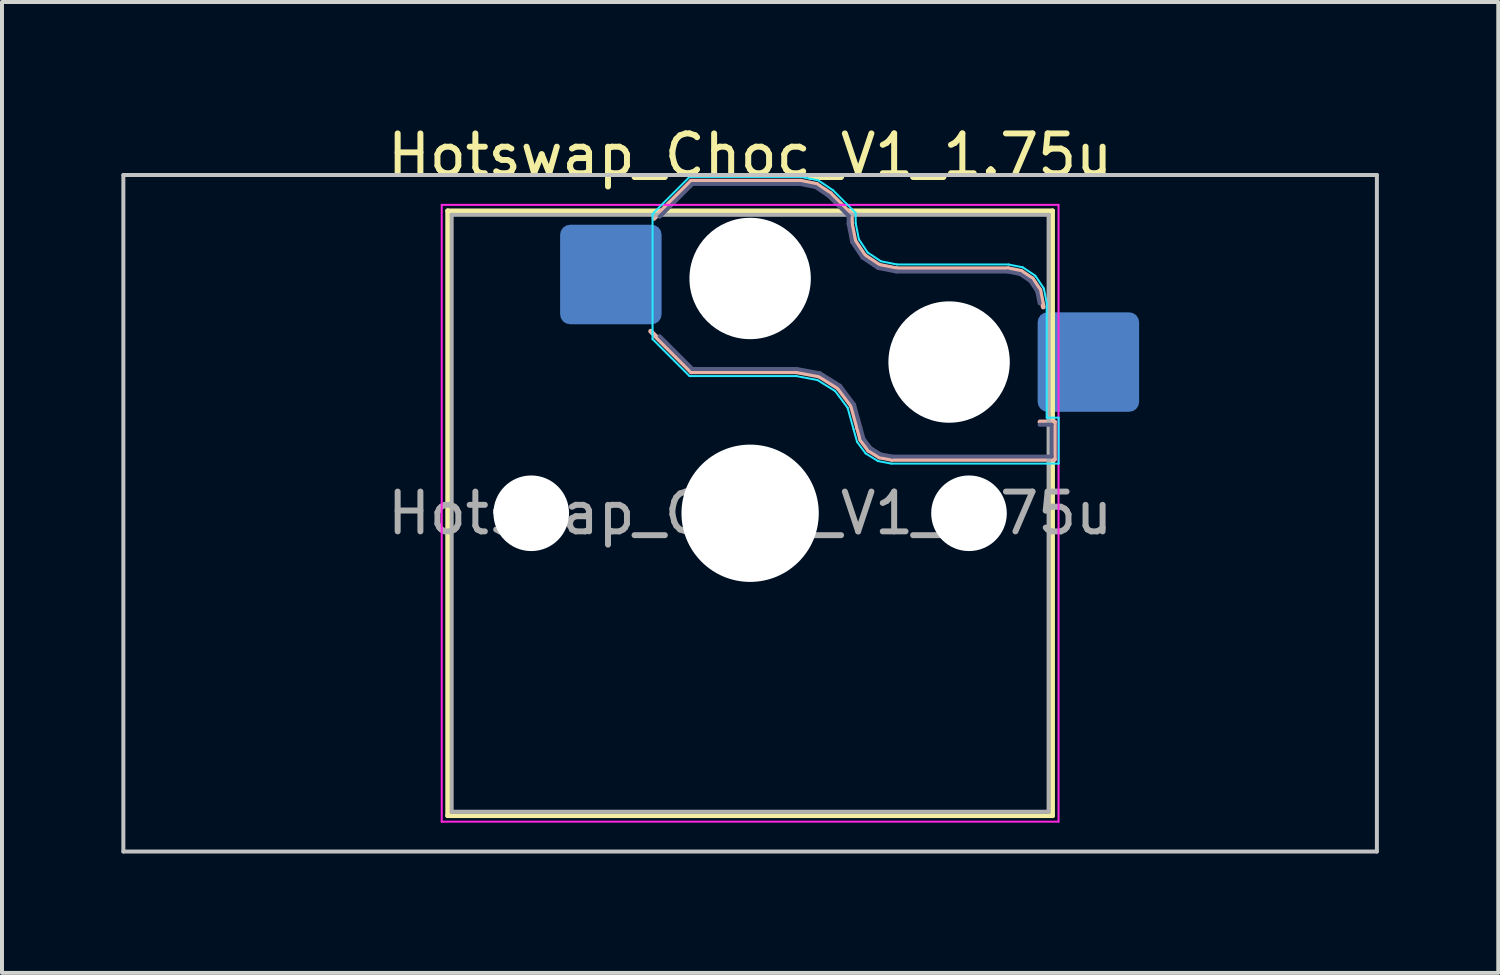
<source format=kicad_pcb>
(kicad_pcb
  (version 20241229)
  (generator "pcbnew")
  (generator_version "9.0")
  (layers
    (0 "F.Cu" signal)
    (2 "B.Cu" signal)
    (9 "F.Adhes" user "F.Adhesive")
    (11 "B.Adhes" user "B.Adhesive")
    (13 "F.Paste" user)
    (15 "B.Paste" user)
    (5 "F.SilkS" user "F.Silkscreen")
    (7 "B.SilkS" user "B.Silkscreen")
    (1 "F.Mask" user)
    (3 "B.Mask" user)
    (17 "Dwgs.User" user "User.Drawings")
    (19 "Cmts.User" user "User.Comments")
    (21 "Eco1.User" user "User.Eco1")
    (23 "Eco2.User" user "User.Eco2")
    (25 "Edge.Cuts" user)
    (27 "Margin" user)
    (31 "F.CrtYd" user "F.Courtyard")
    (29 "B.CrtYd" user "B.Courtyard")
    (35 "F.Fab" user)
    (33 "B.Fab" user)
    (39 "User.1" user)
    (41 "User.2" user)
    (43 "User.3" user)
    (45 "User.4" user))
  (footprint "Hotswap_Choc_V1_1.75u"
    (layer "F.Cu")
    (at 15.8 9.848)
    (property "Reference" "Hotswap_Choc_V1_1.75u" (at 0 -9 0) (layer "F.SilkS") (effects (font (size 1 1) (thickness 0.15))))
    (attr smd)
    (fp_line (start -7.6 -7.6) (end -7.6 7.6) (stroke (width 0.12) (type solid)) (layer "F.SilkS"))
    (fp_line (start -7.6 7.6) (end 7.6 7.6) (stroke (width 0.12) (type solid)) (layer "F.SilkS"))
    (fp_line (start 7.6 -7.6) (end -7.6 -7.6) (stroke (width 0.12) (type solid)) (layer "F.SilkS"))
    (fp_line (start 7.6 7.6) (end 7.6 -7.6) (stroke (width 0.12) (type solid)) (layer "F.SilkS"))
    (fp_line (start -2.416 -7.409) (end -1.479 -8.346) (stroke (width 0.12) (type solid)) (layer "B.SilkS"))
    (fp_line (start -1.479 -8.346) (end 1.268 -8.346) (stroke (width 0.12) (type solid)) (layer "B.SilkS"))
    (fp_line (start -1.479 -3.554) (end -2.5 -4.575) (stroke (width 0.12) (type solid)) (layer "B.SilkS"))
    (fp_line (start 1.168 -3.554) (end -1.479 -3.554) (stroke (width 0.12) (type solid)) (layer "B.SilkS"))
    (fp_line (start 1.268 -8.346) (end 1.671 -8.266) (stroke (width 0.12) (type solid)) (layer "B.SilkS"))
    (fp_line (start 1.671 -8.266) (end 2.013 -8.037) (stroke (width 0.12) (type solid)) (layer "B.SilkS"))
    (fp_line (start 1.73 -3.449) (end 1.168 -3.554) (stroke (width 0.12) (type solid)) (layer "B.SilkS"))
    (fp_line (start 2.013 -8.037) (end 2.546 -7.504) (stroke (width 0.12) (type solid)) (layer "B.SilkS"))
    (fp_line (start 2.209 -3.15) (end 1.73 -3.449) (stroke (width 0.12) (type solid)) (layer "B.SilkS"))
    (fp_line (start 2.546 -7.504) (end 2.546 -7.282) (stroke (width 0.12) (type solid)) (layer "B.SilkS"))
    (fp_line (start 2.546 -7.282) (end 2.633 -6.844) (stroke (width 0.12) (type solid)) (layer "B.SilkS"))
    (fp_line (start 2.547 -2.697) (end 2.209 -3.15) (stroke (width 0.12) (type solid)) (layer "B.SilkS"))
    (fp_line (start 2.633 -6.844) (end 2.877 -6.477) (stroke (width 0.12) (type solid)) (layer "B.SilkS"))
    (fp_line (start 2.701 -2.139) (end 2.547 -2.697) (stroke (width 0.12) (type solid)) (layer "B.SilkS"))
    (fp_line (start 2.783 -1.841) (end 2.701 -2.139) (stroke (width 0.12) (type solid)) (layer "B.SilkS"))
    (fp_line (start 2.877 -6.477) (end 3.244 -6.233) (stroke (width 0.12) (type solid)) (layer "B.SilkS"))
    (fp_line (start 2.976 -1.583) (end 2.783 -1.841) (stroke (width 0.12) (type solid)) (layer "B.SilkS"))
    (fp_line (start 3.244 -6.233) (end 3.682 -6.146) (stroke (width 0.12) (type solid)) (layer "B.SilkS"))
    (fp_line (start 3.25 -1.413) (end 2.976 -1.583) (stroke (width 0.12) (type solid)) (layer "B.SilkS"))
    (fp_line (start 3.56 -1.354) (end 3.25 -1.413) (stroke (width 0.12) (type solid)) (layer "B.SilkS"))
    (fp_line (start 3.682 -6.146) (end 6.482 -6.146) (stroke (width 0.12) (type solid)) (layer "B.SilkS"))
    (fp_line (start 6.482 -6.146) (end 6.809 -6.081) (stroke (width 0.12) (type solid)) (layer "B.SilkS"))
    (fp_line (start 6.809 -6.081) (end 7.092 -5.892) (stroke (width 0.12) (type solid)) (layer "B.SilkS"))
    (fp_line (start 7.092 -5.892) (end 7.281 -5.609) (stroke (width 0.12) (type solid)) (layer "B.SilkS"))
    (fp_line (start 7.281 -5.609) (end 7.366 -5.182) (stroke (width 0.12) (type solid)) (layer "B.SilkS"))
    (fp_line (start 7.283 -2.296) (end 7.646 -2.296) (stroke (width 0.12) (type solid)) (layer "B.SilkS"))
    (fp_line (start 7.646 -2.296) (end 7.646 -1.354) (stroke (width 0.12) (type solid)) (layer "B.SilkS"))
    (fp_line (start 7.646 -1.354) (end 3.56 -1.354) (stroke (width 0.12) (type solid)) (layer "B.SilkS"))
    (fp_line (start -15.75 -8.5) (end -15.75 8.5) (stroke (width 0.1) (type solid)) (layer "Dwgs.User"))
    (fp_line (start -15.75 8.5) (end 15.75 8.5) (stroke (width 0.1) (type solid)) (layer "Dwgs.User"))
    (fp_line (start 15.75 -8.5) (end -15.75 -8.5) (stroke (width 0.1) (type solid)) (layer "Dwgs.User"))
    (fp_line (start 15.75 8.5) (end 15.75 -8.5) (stroke (width 0.1) (type solid)) (layer "Dwgs.User"))
    (fp_line (start -7.25 -7.25) (end -7.25 7.25) (stroke (width 0.1) (type solid)) (layer "Eco1.User"))
    (fp_line (start -7.25 7.25) (end 7.25 7.25) (stroke (width 0.1) (type solid)) (layer "Eco1.User"))
    (fp_line (start 7.25 -7.25) (end -7.25 -7.25) (stroke (width 0.1) (type solid)) (layer "Eco1.User"))
    (fp_line (start 7.25 7.25) (end 7.25 -7.25) (stroke (width 0.1) (type solid)) (layer "Eco1.User"))
    (fp_line (start -2.452 -7.523) (end -1.523 -8.452) (stroke (width 0.05) (type solid)) (layer "B.CrtYd"))
    (fp_line (start -2.452 -4.377) (end -2.452 -7.523) (stroke (width 0.05) (type solid)) (layer "B.CrtYd"))
    (fp_line (start -1.523 -8.452) (end 1.278 -8.452) (stroke (width 0.05) (type solid)) (layer "B.CrtYd"))
    (fp_line (start -1.523 -3.448) (end -2.452 -4.377) (stroke (width 0.05) (type solid)) (layer "B.CrtYd"))
    (fp_line (start 1.159 -3.448) (end -1.523 -3.448) (stroke (width 0.05) (type solid)) (layer "B.CrtYd"))
    (fp_line (start 1.278 -8.452) (end 1.712 -8.366) (stroke (width 0.05) (type solid)) (layer "B.CrtYd"))
    (fp_line (start 1.691 -3.348) (end 1.159 -3.448) (stroke (width 0.05) (type solid)) (layer "B.CrtYd"))
    (fp_line (start 1.712 -8.366) (end 2.081 -8.119) (stroke (width 0.05) (type solid)) (layer "B.CrtYd"))
    (fp_line (start 2.081 -8.119) (end 2.652 -7.548) (stroke (width 0.05) (type solid)) (layer "B.CrtYd"))
    (fp_line (start 2.136 -3.071) (end 1.691 -3.348) (stroke (width 0.05) (type solid)) (layer "B.CrtYd"))
    (fp_line (start 2.45 -2.65) (end 2.136 -3.071) (stroke (width 0.05) (type solid)) (layer "B.CrtYd"))
    (fp_line (start 2.599 -2.111) (end 2.45 -2.65) (stroke (width 0.05) (type solid)) (layer "B.CrtYd"))
    (fp_line (start 2.652 -7.548) (end 2.652 -7.292) (stroke (width 0.05) (type solid)) (layer "B.CrtYd"))
    (fp_line (start 2.652 -7.292) (end 2.733 -6.885) (stroke (width 0.05) (type solid)) (layer "B.CrtYd"))
    (fp_line (start 2.687 -1.794) (end 2.599 -2.111) (stroke (width 0.05) (type solid)) (layer "B.CrtYd"))
    (fp_line (start 2.733 -6.885) (end 2.953 -6.553) (stroke (width 0.05) (type solid)) (layer "B.CrtYd"))
    (fp_line (start 2.903 -1.503) (end 2.687 -1.794) (stroke (width 0.05) (type solid)) (layer "B.CrtYd"))
    (fp_line (start 2.953 -6.553) (end 3.285 -6.333) (stroke (width 0.05) (type solid)) (layer "B.CrtYd"))
    (fp_line (start 3.211 -1.312) (end 2.903 -1.503) (stroke (width 0.05) (type solid)) (layer "B.CrtYd"))
    (fp_line (start 3.285 -6.333) (end 3.692 -6.252) (stroke (width 0.05) (type solid)) (layer "B.CrtYd"))
    (fp_line (start 3.55 -1.248) (end 3.211 -1.312) (stroke (width 0.05) (type solid)) (layer "B.CrtYd"))
    (fp_line (start 3.692 -6.252) (end 6.492 -6.252) (stroke (width 0.05) (type solid)) (layer "B.CrtYd"))
    (fp_line (start 6.492 -6.252) (end 6.85 -6.181) (stroke (width 0.05) (type solid)) (layer "B.CrtYd"))
    (fp_line (start 6.85 -6.181) (end 7.168 -5.968) (stroke (width 0.05) (type solid)) (layer "B.CrtYd"))
    (fp_line (start 7.168 -5.968) (end 7.381 -5.65) (stroke (width 0.05) (type solid)) (layer "B.CrtYd"))
    (fp_line (start 7.381 -5.65) (end 7.452 -5.292) (stroke (width 0.05) (type solid)) (layer "B.CrtYd"))
    (fp_line (start 7.452 -5.292) (end 7.452 -2.402) (stroke (width 0.05) (type solid)) (layer "B.CrtYd"))
    (fp_line (start 7.452 -2.402) (end 7.752 -2.402) (stroke (width 0.05) (type solid)) (layer "B.CrtYd"))
    (fp_line (start 7.752 -2.402) (end 7.752 -1.248) (stroke (width 0.05) (type solid)) (layer "B.CrtYd"))
    (fp_line (start 7.752 -1.248) (end 3.55 -1.248) (stroke (width 0.05) (type solid)) (layer "B.CrtYd"))
    (fp_line (start -7.75 -7.75) (end -7.75 7.75) (stroke (width 0.05) (type solid)) (layer "F.CrtYd"))
    (fp_line (start -7.75 7.75) (end 7.75 7.75) (stroke (width 0.05) (type solid)) (layer "F.CrtYd"))
    (fp_line (start 7.75 -7.75) (end -7.75 -7.75) (stroke (width 0.05) (type solid)) (layer "F.CrtYd"))
    (fp_line (start 7.75 7.75) (end 7.75 -7.75) (stroke (width 0.05) (type solid)) (layer "F.CrtYd"))
    (fp_line (start -2.275 -7.45) (end -1.45 -8.275) (stroke (width 0.1) (type solid)) (layer "B.Fab"))
    (fp_line (start -1.45 -8.275) (end 1.261 -8.275) (stroke (width 0.1) (type solid)) (layer "B.Fab"))
    (fp_line (start -1.45 -3.625) (end -2.275 -4.45) (stroke (width 0.1) (type solid)) (layer "B.Fab"))
    (fp_line (start 1.175 -3.625) (end -1.45 -3.625) (stroke (width 0.1) (type solid)) (layer "B.Fab"))
    (fp_line (start 1.261 -8.275) (end 1.643 -8.199) (stroke (width 0.1) (type solid)) (layer "B.Fab"))
    (fp_line (start 1.643 -8.199) (end 1.968 -7.982) (stroke (width 0.1) (type solid)) (layer "B.Fab"))
    (fp_line (start 1.756 -3.516) (end 1.175 -3.625) (stroke (width 0.1) (type solid)) (layer "B.Fab"))
    (fp_line (start 1.968 -7.982) (end 2.475 -7.475) (stroke (width 0.1) (type solid)) (layer "B.Fab"))
    (fp_line (start 2.258 -3.203) (end 1.756 -3.516) (stroke (width 0.1) (type solid)) (layer "B.Fab"))
    (fp_line (start 2.475 -7.475) (end 2.475 -7.275) (stroke (width 0.1) (type solid)) (layer "B.Fab"))
    (fp_line (start 2.475 -7.275) (end 2.566 -6.816) (stroke (width 0.1) (type solid)) (layer "B.Fab"))
    (fp_line (start 2.566 -6.816) (end 2.826 -6.426) (stroke (width 0.1) (type solid)) (layer "B.Fab"))
    (fp_line (start 2.612 -2.729) (end 2.258 -3.203) (stroke (width 0.1) (type solid)) (layer "B.Fab"))
    (fp_line (start 2.769 -2.158) (end 2.612 -2.729) (stroke (width 0.1) (type solid)) (layer "B.Fab"))
    (fp_line (start 2.826 -6.426) (end 3.216 -6.166) (stroke (width 0.1) (type solid)) (layer "B.Fab"))
    (fp_line (start 2.848 -1.873) (end 2.769 -2.158) (stroke (width 0.1) (type solid)) (layer "B.Fab"))
    (fp_line (start 3.025 -1.636) (end 2.848 -1.873) (stroke (width 0.1) (type solid)) (layer "B.Fab"))
    (fp_line (start 3.216 -6.166) (end 3.675 -6.075) (stroke (width 0.1) (type solid)) (layer "B.Fab"))
    (fp_line (start 3.276 -1.48) (end 3.025 -1.636) (stroke (width 0.1) (type solid)) (layer "B.Fab"))
    (fp_line (start 3.567 -1.425) (end 3.276 -1.48) (stroke (width 0.1) (type solid)) (layer "B.Fab"))
    (fp_line (start 3.675 -6.075) (end 6.475 -6.075) (stroke (width 0.1) (type solid)) (layer "B.Fab"))
    (fp_line (start 6.475 -6.075) (end 6.781 -6.014) (stroke (width 0.1) (type solid)) (layer "B.Fab"))
    (fp_line (start 6.781 -6.014) (end 7.041 -5.841) (stroke (width 0.1) (type solid)) (layer "B.Fab"))
    (fp_line (start 7.041 -5.841) (end 7.214 -5.581) (stroke (width 0.1) (type solid)) (layer "B.Fab"))
    (fp_line (start 7.214 -5.581) (end 7.275 -5.275) (stroke (width 0.1) (type solid)) (layer "B.Fab"))
    (fp_line (start 7.275 -2.225) (end 7.575 -2.225) (stroke (width 0.1) (type solid)) (layer "B.Fab"))
    (fp_line (start 7.575 -2.225) (end 7.575 -1.425) (stroke (width 0.1) (type solid)) (layer "B.Fab"))
    (fp_line (start 7.575 -1.425) (end 3.567 -1.425) (stroke (width 0.1) (type solid)) (layer "B.Fab"))
    (fp_line (start -7.5 -7.5) (end -7.5 7.5) (stroke (width 0.1) (type solid)) (layer "F.Fab"))
    (fp_line (start -7.5 7.5) (end 7.5 7.5) (stroke (width 0.1) (type solid)) (layer "F.Fab"))
    (fp_line (start 7.5 -7.5) (end -7.5 -7.5) (stroke (width 0.1) (type solid)) (layer "F.Fab"))
    (fp_line (start 7.5 7.5) (end 7.5 -7.5) (stroke (width 0.1) (type solid)) (layer "F.Fab"))
    (fp_text user "${REFERENCE}" (at 0 0 0) (layer "F.Fab") (effects (font (size 1 1) (thickness 0.15))))
    (pad "" np_thru_hole circle (at -5.5 0) (size 1.9 1.9) (drill 1.9) (layers "*.Cu" "*.Mask"))
    (pad "" np_thru_hole circle (at 0 -5.9) (size 3.05 3.05) (drill 3.05) (layers "*.Cu" "*.Mask"))
    (pad "" np_thru_hole circle (at 0 0) (size 3.45 3.45) (drill 3.45) (layers "*.Cu" "*.Mask"))
    (pad "" np_thru_hole circle (at 5 -3.8) (size 3.05 3.05) (drill 3.05) (layers "*.Cu" "*.Mask"))
    (pad "" np_thru_hole circle (at 5.5 0) (size 1.9 1.9) (drill 1.9) (layers "*.Cu" "*.Mask"))
    (pad "1" smd roundrect (at -3.5 -6) (size 2.55 2.5) (layers "B.Cu" "B.Mask" "B.Paste") (roundrect_rratio 0.1))
    (pad "2" smd roundrect (at 8.5 -3.8) (size 2.55 2.5) (layers "B.Cu" "B.Mask" "B.Paste") (roundrect_rratio 0.1)))
  (gr_rect
    (start -3 -3)
    (end 34.6 21.398)
    (stroke (width 0.1) (type default))
    (fill no)
    (layer "Edge.Cuts")))
</source>
